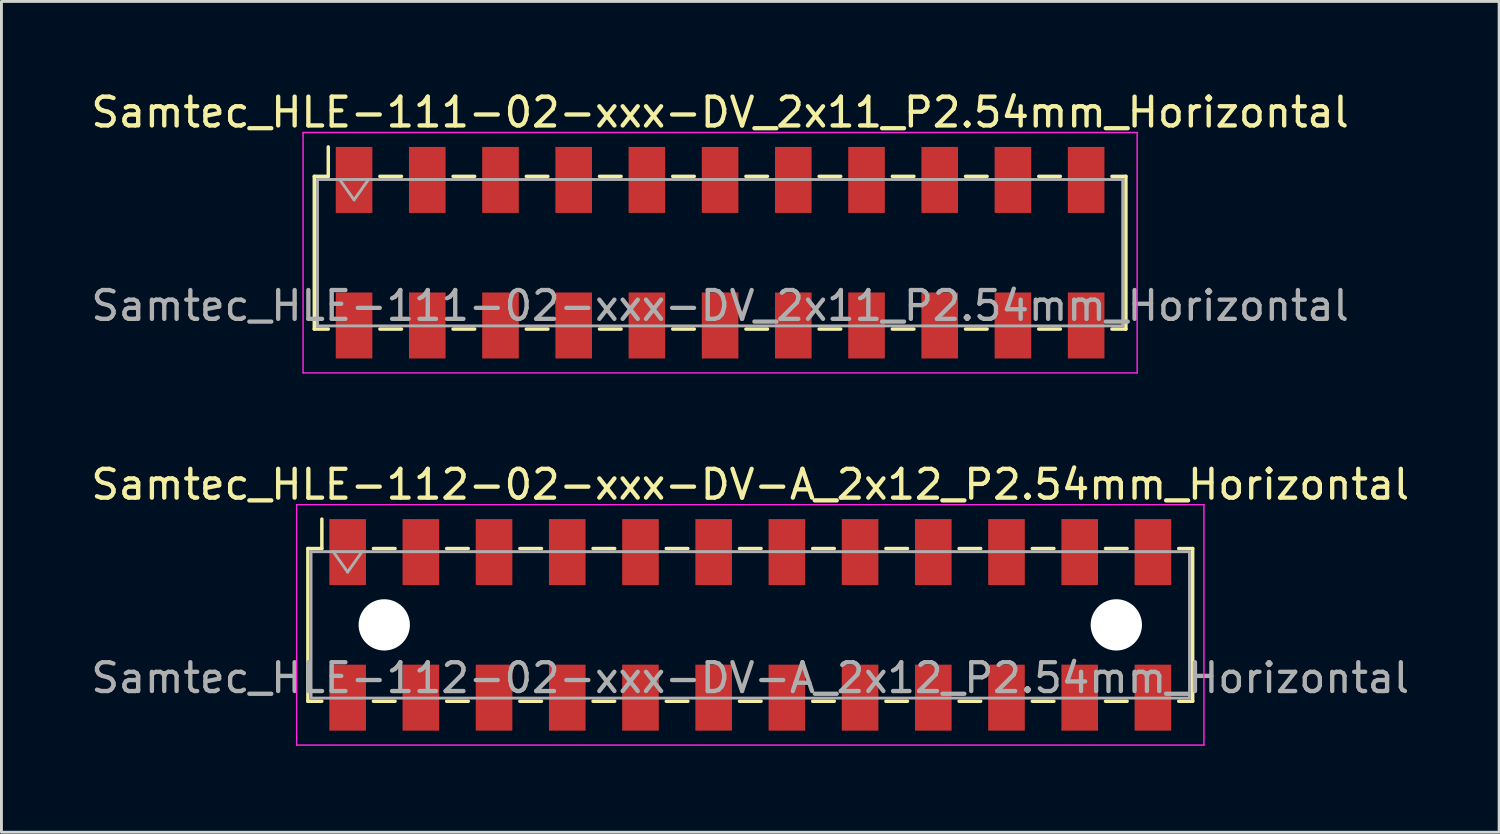
<source format=kicad_pcb>
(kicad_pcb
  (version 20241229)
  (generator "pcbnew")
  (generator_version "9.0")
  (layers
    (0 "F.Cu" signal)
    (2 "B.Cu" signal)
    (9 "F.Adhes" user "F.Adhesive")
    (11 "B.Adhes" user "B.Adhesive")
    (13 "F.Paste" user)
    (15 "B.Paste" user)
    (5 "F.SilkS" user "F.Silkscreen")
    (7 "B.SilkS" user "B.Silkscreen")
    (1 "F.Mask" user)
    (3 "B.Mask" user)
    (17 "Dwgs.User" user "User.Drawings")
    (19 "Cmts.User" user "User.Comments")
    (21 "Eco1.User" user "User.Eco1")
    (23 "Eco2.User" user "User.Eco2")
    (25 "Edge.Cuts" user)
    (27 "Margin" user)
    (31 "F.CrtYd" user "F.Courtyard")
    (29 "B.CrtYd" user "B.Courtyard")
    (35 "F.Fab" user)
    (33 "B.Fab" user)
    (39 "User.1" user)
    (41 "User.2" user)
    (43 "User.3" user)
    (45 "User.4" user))
  (footprint "Samtec_HLE-112-02-xxx-DV-A_2x12_P2.54mm_Horizontal"
    (layer "F.Cu")
    (at 22.982 18.631)
    (property "Reference" "Samtec_HLE-112-02-xxx-DV-A_2x12_P2.54mm_Horizontal" (at 0 -4.87 0) (layer "F.SilkS") (effects (font (size 1 1) (thickness 0.15))))
    (attr smd)
    (fp_line (start -15.35 -2.65) (end -15.35 2.65) (stroke (width 0.12) (type solid)) (layer "F.SilkS"))
    (fp_line (start -15.35 2.65) (end -14.865 2.65) (stroke (width 0.12) (type solid)) (layer "F.SilkS"))
    (fp_line (start -14.865 -3.67) (end -14.865 -2.65) (stroke (width 0.12) (type solid)) (layer "F.SilkS"))
    (fp_line (start -14.865 -2.65) (end -15.35 -2.65) (stroke (width 0.12) (type solid)) (layer "F.SilkS"))
    (fp_line (start -13.075 -2.65) (end -12.325 -2.65) (stroke (width 0.12) (type solid)) (layer "F.SilkS"))
    (fp_line (start -13.075 2.65) (end -12.325 2.65) (stroke (width 0.12) (type solid)) (layer "F.SilkS"))
    (fp_line (start -10.535 -2.65) (end -9.785 -2.65) (stroke (width 0.12) (type solid)) (layer "F.SilkS"))
    (fp_line (start -10.535 2.65) (end -9.785 2.65) (stroke (width 0.12) (type solid)) (layer "F.SilkS"))
    (fp_line (start -7.995 -2.65) (end -7.245 -2.65) (stroke (width 0.12) (type solid)) (layer "F.SilkS"))
    (fp_line (start -7.995 2.65) (end -7.245 2.65) (stroke (width 0.12) (type solid)) (layer "F.SilkS"))
    (fp_line (start -5.455 -2.65) (end -4.705 -2.65) (stroke (width 0.12) (type solid)) (layer "F.SilkS"))
    (fp_line (start -5.455 2.65) (end -4.705 2.65) (stroke (width 0.12) (type solid)) (layer "F.SilkS"))
    (fp_line (start -2.915 -2.65) (end -2.165 -2.65) (stroke (width 0.12) (type solid)) (layer "F.SilkS"))
    (fp_line (start -2.915 2.65) (end -2.165 2.65) (stroke (width 0.12) (type solid)) (layer "F.SilkS"))
    (fp_line (start -0.375 -2.65) (end 0.375 -2.65) (stroke (width 0.12) (type solid)) (layer "F.SilkS"))
    (fp_line (start -0.375 2.65) (end 0.375 2.65) (stroke (width 0.12) (type solid)) (layer "F.SilkS"))
    (fp_line (start 2.165 -2.65) (end 2.915 -2.65) (stroke (width 0.12) (type solid)) (layer "F.SilkS"))
    (fp_line (start 2.165 2.65) (end 2.915 2.65) (stroke (width 0.12) (type solid)) (layer "F.SilkS"))
    (fp_line (start 4.705 -2.65) (end 5.455 -2.65) (stroke (width 0.12) (type solid)) (layer "F.SilkS"))
    (fp_line (start 4.705 2.65) (end 5.455 2.65) (stroke (width 0.12) (type solid)) (layer "F.SilkS"))
    (fp_line (start 7.245 -2.65) (end 7.995 -2.65) (stroke (width 0.12) (type solid)) (layer "F.SilkS"))
    (fp_line (start 7.245 2.65) (end 7.995 2.65) (stroke (width 0.12) (type solid)) (layer "F.SilkS"))
    (fp_line (start 9.785 -2.65) (end 10.535 -2.65) (stroke (width 0.12) (type solid)) (layer "F.SilkS"))
    (fp_line (start 9.785 2.65) (end 10.535 2.65) (stroke (width 0.12) (type solid)) (layer "F.SilkS"))
    (fp_line (start 12.325 -2.65) (end 13.075 -2.65) (stroke (width 0.12) (type solid)) (layer "F.SilkS"))
    (fp_line (start 12.325 2.65) (end 13.075 2.65) (stroke (width 0.12) (type solid)) (layer "F.SilkS"))
    (fp_line (start 14.865 -2.65) (end 15.35 -2.65) (stroke (width 0.12) (type solid)) (layer "F.SilkS"))
    (fp_line (start 15.35 -2.65) (end 15.35 2.65) (stroke (width 0.12) (type solid)) (layer "F.SilkS"))
    (fp_line (start 15.35 2.65) (end 14.865 2.65) (stroke (width 0.12) (type solid)) (layer "F.SilkS"))
    (fp_line (start -15.74 -4.17) (end 15.74 -4.17) (stroke (width 0.05) (type solid)) (layer "F.CrtYd"))
    (fp_line (start -15.74 4.17) (end -15.74 -4.17) (stroke (width 0.05) (type solid)) (layer "F.CrtYd"))
    (fp_line (start 15.74 -4.17) (end 15.74 4.17) (stroke (width 0.05) (type solid)) (layer "F.CrtYd"))
    (fp_line (start 15.74 4.17) (end -15.74 4.17) (stroke (width 0.05) (type solid)) (layer "F.CrtYd"))
    (fp_line (start -15.24 -2.54) (end 15.24 -2.54) (stroke (width 0.1) (type solid)) (layer "F.Fab"))
    (fp_line (start -15.24 2.54) (end -15.24 -2.54) (stroke (width 0.1) (type solid)) (layer "F.Fab"))
    (fp_line (start -14.47 -2.54) (end -13.97 -1.833) (stroke (width 0.1) (type solid)) (layer "F.Fab"))
    (fp_line (start -13.97 -1.833) (end -13.47 -2.54) (stroke (width 0.1) (type solid)) (layer "F.Fab"))
    (fp_line (start 15.24 -2.54) (end 15.24 2.54) (stroke (width 0.1) (type solid)) (layer "F.Fab"))
    (fp_line (start 15.24 2.54) (end -15.24 2.54) (stroke (width 0.1) (type solid)) (layer "F.Fab"))
    (fp_text user "${REFERENCE}" (at 0 1.84 0) (layer "F.Fab") (effects (font (size 1 1) (thickness 0.15))))
    (pad "" np_thru_hole circle (at -12.7 0) (size 1.78 1.78) (drill 1.78) (layers "*.Cu" "*.Mask"))
    (pad "" np_thru_hole circle (at 12.7 0) (size 1.78 1.78) (drill 1.78) (layers "*.Cu" "*.Mask"))
    (pad "1" smd rect (at -13.97 -2.525) (size 1.27 2.29) (layers "F.Cu" "F.Mask" "F.Paste"))
    (pad "2" smd rect (at -13.97 2.525) (size 1.27 2.29) (layers "F.Cu" "F.Mask" "F.Paste"))
    (pad "3" smd rect (at -11.43 -2.525) (size 1.27 2.29) (layers "F.Cu" "F.Mask" "F.Paste"))
    (pad "4" smd rect (at -11.43 2.525) (size 1.27 2.29) (layers "F.Cu" "F.Mask" "F.Paste"))
    (pad "5" smd rect (at -8.89 -2.525) (size 1.27 2.29) (layers "F.Cu" "F.Mask" "F.Paste"))
    (pad "6" smd rect (at -8.89 2.525) (size 1.27 2.29) (layers "F.Cu" "F.Mask" "F.Paste"))
    (pad "7" smd rect (at -6.35 -2.525) (size 1.27 2.29) (layers "F.Cu" "F.Mask" "F.Paste"))
    (pad "8" smd rect (at -6.35 2.525) (size 1.27 2.29) (layers "F.Cu" "F.Mask" "F.Paste"))
    (pad "9" smd rect (at -3.81 -2.525) (size 1.27 2.29) (layers "F.Cu" "F.Mask" "F.Paste"))
    (pad "10" smd rect (at -3.81 2.525) (size 1.27 2.29) (layers "F.Cu" "F.Mask" "F.Paste"))
    (pad "11" smd rect (at -1.27 -2.525) (size 1.27 2.29) (layers "F.Cu" "F.Mask" "F.Paste"))
    (pad "12" smd rect (at -1.27 2.525) (size 1.27 2.29) (layers "F.Cu" "F.Mask" "F.Paste"))
    (pad "13" smd rect (at 1.27 -2.525) (size 1.27 2.29) (layers "F.Cu" "F.Mask" "F.Paste"))
    (pad "14" smd rect (at 1.27 2.525) (size 1.27 2.29) (layers "F.Cu" "F.Mask" "F.Paste"))
    (pad "15" smd rect (at 3.81 -2.525) (size 1.27 2.29) (layers "F.Cu" "F.Mask" "F.Paste"))
    (pad "16" smd rect (at 3.81 2.525) (size 1.27 2.29) (layers "F.Cu" "F.Mask" "F.Paste"))
    (pad "17" smd rect (at 6.35 -2.525) (size 1.27 2.29) (layers "F.Cu" "F.Mask" "F.Paste"))
    (pad "18" smd rect (at 6.35 2.525) (size 1.27 2.29) (layers "F.Cu" "F.Mask" "F.Paste"))
    (pad "19" smd rect (at 8.89 -2.525) (size 1.27 2.29) (layers "F.Cu" "F.Mask" "F.Paste"))
    (pad "20" smd rect (at 8.89 2.525) (size 1.27 2.29) (layers "F.Cu" "F.Mask" "F.Paste"))
    (pad "21" smd rect (at 11.43 -2.525) (size 1.27 2.29) (layers "F.Cu" "F.Mask" "F.Paste"))
    (pad "22" smd rect (at 11.43 2.525) (size 1.27 2.29) (layers "F.Cu" "F.Mask" "F.Paste"))
    (pad "23" smd rect (at 13.97 -2.525) (size 1.27 2.29) (layers "F.Cu" "F.Mask" "F.Paste"))
    (pad "24" smd rect (at 13.97 2.525) (size 1.27 2.29) (layers "F.Cu" "F.Mask" "F.Paste")))
  (footprint "Samtec_HLE-111-02-xxx-DV_2x11_P2.54mm_Horizontal"
    (layer "F.Cu")
    (at 21.935 5.718)
    (property "Reference" "Samtec_HLE-111-02-xxx-DV_2x11_P2.54mm_Horizontal" (at 0 -4.87 0) (layer "F.SilkS") (effects (font (size 1 1) (thickness 0.15))))
    (attr smd)
    (fp_line (start -14.08 -2.65) (end -14.08 2.65) (stroke (width 0.12) (type solid)) (layer "F.SilkS"))
    (fp_line (start -14.08 2.65) (end -13.595 2.65) (stroke (width 0.12) (type solid)) (layer "F.SilkS"))
    (fp_line (start -13.595 -3.67) (end -13.595 -2.65) (stroke (width 0.12) (type solid)) (layer "F.SilkS"))
    (fp_line (start -13.595 -2.65) (end -14.08 -2.65) (stroke (width 0.12) (type solid)) (layer "F.SilkS"))
    (fp_line (start -11.805 -2.65) (end -11.055 -2.65) (stroke (width 0.12) (type solid)) (layer "F.SilkS"))
    (fp_line (start -11.805 2.65) (end -11.055 2.65) (stroke (width 0.12) (type solid)) (layer "F.SilkS"))
    (fp_line (start -9.265 -2.65) (end -8.515 -2.65) (stroke (width 0.12) (type solid)) (layer "F.SilkS"))
    (fp_line (start -9.265 2.65) (end -8.515 2.65) (stroke (width 0.12) (type solid)) (layer "F.SilkS"))
    (fp_line (start -6.725 -2.65) (end -5.975 -2.65) (stroke (width 0.12) (type solid)) (layer "F.SilkS"))
    (fp_line (start -6.725 2.65) (end -5.975 2.65) (stroke (width 0.12) (type solid)) (layer "F.SilkS"))
    (fp_line (start -4.185 -2.65) (end -3.435 -2.65) (stroke (width 0.12) (type solid)) (layer "F.SilkS"))
    (fp_line (start -4.185 2.65) (end -3.435 2.65) (stroke (width 0.12) (type solid)) (layer "F.SilkS"))
    (fp_line (start -1.645 -2.65) (end -0.895 -2.65) (stroke (width 0.12) (type solid)) (layer "F.SilkS"))
    (fp_line (start -1.645 2.65) (end -0.895 2.65) (stroke (width 0.12) (type solid)) (layer "F.SilkS"))
    (fp_line (start 0.895 -2.65) (end 1.645 -2.65) (stroke (width 0.12) (type solid)) (layer "F.SilkS"))
    (fp_line (start 0.895 2.65) (end 1.645 2.65) (stroke (width 0.12) (type solid)) (layer "F.SilkS"))
    (fp_line (start 3.435 -2.65) (end 4.185 -2.65) (stroke (width 0.12) (type solid)) (layer "F.SilkS"))
    (fp_line (start 3.435 2.65) (end 4.185 2.65) (stroke (width 0.12) (type solid)) (layer "F.SilkS"))
    (fp_line (start 5.975 -2.65) (end 6.725 -2.65) (stroke (width 0.12) (type solid)) (layer "F.SilkS"))
    (fp_line (start 5.975 2.65) (end 6.725 2.65) (stroke (width 0.12) (type solid)) (layer "F.SilkS"))
    (fp_line (start 8.515 -2.65) (end 9.265 -2.65) (stroke (width 0.12) (type solid)) (layer "F.SilkS"))
    (fp_line (start 8.515 2.65) (end 9.265 2.65) (stroke (width 0.12) (type solid)) (layer "F.SilkS"))
    (fp_line (start 11.055 -2.65) (end 11.805 -2.65) (stroke (width 0.12) (type solid)) (layer "F.SilkS"))
    (fp_line (start 11.055 2.65) (end 11.805 2.65) (stroke (width 0.12) (type solid)) (layer "F.SilkS"))
    (fp_line (start 13.595 -2.65) (end 14.08 -2.65) (stroke (width 0.12) (type solid)) (layer "F.SilkS"))
    (fp_line (start 14.08 -2.65) (end 14.08 2.65) (stroke (width 0.12) (type solid)) (layer "F.SilkS"))
    (fp_line (start 14.08 2.65) (end 13.595 2.65) (stroke (width 0.12) (type solid)) (layer "F.SilkS"))
    (fp_line (start -14.47 -4.17) (end 14.47 -4.17) (stroke (width 0.05) (type solid)) (layer "F.CrtYd"))
    (fp_line (start -14.47 4.17) (end -14.47 -4.17) (stroke (width 0.05) (type solid)) (layer "F.CrtYd"))
    (fp_line (start 14.47 -4.17) (end 14.47 4.17) (stroke (width 0.05) (type solid)) (layer "F.CrtYd"))
    (fp_line (start 14.47 4.17) (end -14.47 4.17) (stroke (width 0.05) (type solid)) (layer "F.CrtYd"))
    (fp_line (start -13.97 -2.54) (end 13.97 -2.54) (stroke (width 0.1) (type solid)) (layer "F.Fab"))
    (fp_line (start -13.97 2.54) (end -13.97 -2.54) (stroke (width 0.1) (type solid)) (layer "F.Fab"))
    (fp_line (start -13.2 -2.54) (end -12.7 -1.833) (stroke (width 0.1) (type solid)) (layer "F.Fab"))
    (fp_line (start -12.7 -1.833) (end -12.2 -2.54) (stroke (width 0.1) (type solid)) (layer "F.Fab"))
    (fp_line (start 13.97 -2.54) (end 13.97 2.54) (stroke (width 0.1) (type solid)) (layer "F.Fab"))
    (fp_line (start 13.97 2.54) (end -13.97 2.54) (stroke (width 0.1) (type solid)) (layer "F.Fab"))
    (fp_text user "${REFERENCE}" (at 0 1.84 0) (layer "F.Fab") (effects (font (size 1 1) (thickness 0.15))))
    (pad "1" smd rect (at -12.7 -2.525) (size 1.27 2.29) (layers "F.Cu" "F.Mask" "F.Paste"))
    (pad "2" smd rect (at -12.7 2.525) (size 1.27 2.29) (layers "F.Cu" "F.Mask" "F.Paste"))
    (pad "3" smd rect (at -10.16 -2.525) (size 1.27 2.29) (layers "F.Cu" "F.Mask" "F.Paste"))
    (pad "4" smd rect (at -10.16 2.525) (size 1.27 2.29) (layers "F.Cu" "F.Mask" "F.Paste"))
    (pad "5" smd rect (at -7.62 -2.525) (size 1.27 2.29) (layers "F.Cu" "F.Mask" "F.Paste"))
    (pad "6" smd rect (at -7.62 2.525) (size 1.27 2.29) (layers "F.Cu" "F.Mask" "F.Paste"))
    (pad "7" smd rect (at -5.08 -2.525) (size 1.27 2.29) (layers "F.Cu" "F.Mask" "F.Paste"))
    (pad "8" smd rect (at -5.08 2.525) (size 1.27 2.29) (layers "F.Cu" "F.Mask" "F.Paste"))
    (pad "9" smd rect (at -2.54 -2.525) (size 1.27 2.29) (layers "F.Cu" "F.Mask" "F.Paste"))
    (pad "10" smd rect (at -2.54 2.525) (size 1.27 2.29) (layers "F.Cu" "F.Mask" "F.Paste"))
    (pad "11" smd rect (at 0 -2.525) (size 1.27 2.29) (layers "F.Cu" "F.Mask" "F.Paste"))
    (pad "12" smd rect (at 0 2.525) (size 1.27 2.29) (layers "F.Cu" "F.Mask" "F.Paste"))
    (pad "13" smd rect (at 2.54 -2.525) (size 1.27 2.29) (layers "F.Cu" "F.Mask" "F.Paste"))
    (pad "14" smd rect (at 2.54 2.525) (size 1.27 2.29) (layers "F.Cu" "F.Mask" "F.Paste"))
    (pad "15" smd rect (at 5.08 -2.525) (size 1.27 2.29) (layers "F.Cu" "F.Mask" "F.Paste"))
    (pad "16" smd rect (at 5.08 2.525) (size 1.27 2.29) (layers "F.Cu" "F.Mask" "F.Paste"))
    (pad "17" smd rect (at 7.62 -2.525) (size 1.27 2.29) (layers "F.Cu" "F.Mask" "F.Paste"))
    (pad "18" smd rect (at 7.62 2.525) (size 1.27 2.29) (layers "F.Cu" "F.Mask" "F.Paste"))
    (pad "19" smd rect (at 10.16 -2.525) (size 1.27 2.29) (layers "F.Cu" "F.Mask" "F.Paste"))
    (pad "20" smd rect (at 10.16 2.525) (size 1.27 2.29) (layers "F.Cu" "F.Mask" "F.Paste"))
    (pad "21" smd rect (at 12.7 -2.525) (size 1.27 2.29) (layers "F.Cu" "F.Mask" "F.Paste"))
    (pad "22" smd rect (at 12.7 2.525) (size 1.27 2.29) (layers "F.Cu" "F.Mask" "F.Paste")))
  (gr_rect
    (start -3 -3)
    (end 48.964 25.826)
    (stroke (width 0.1) (type default))
    (fill no)
    (layer "Edge.Cuts")))
</source>
